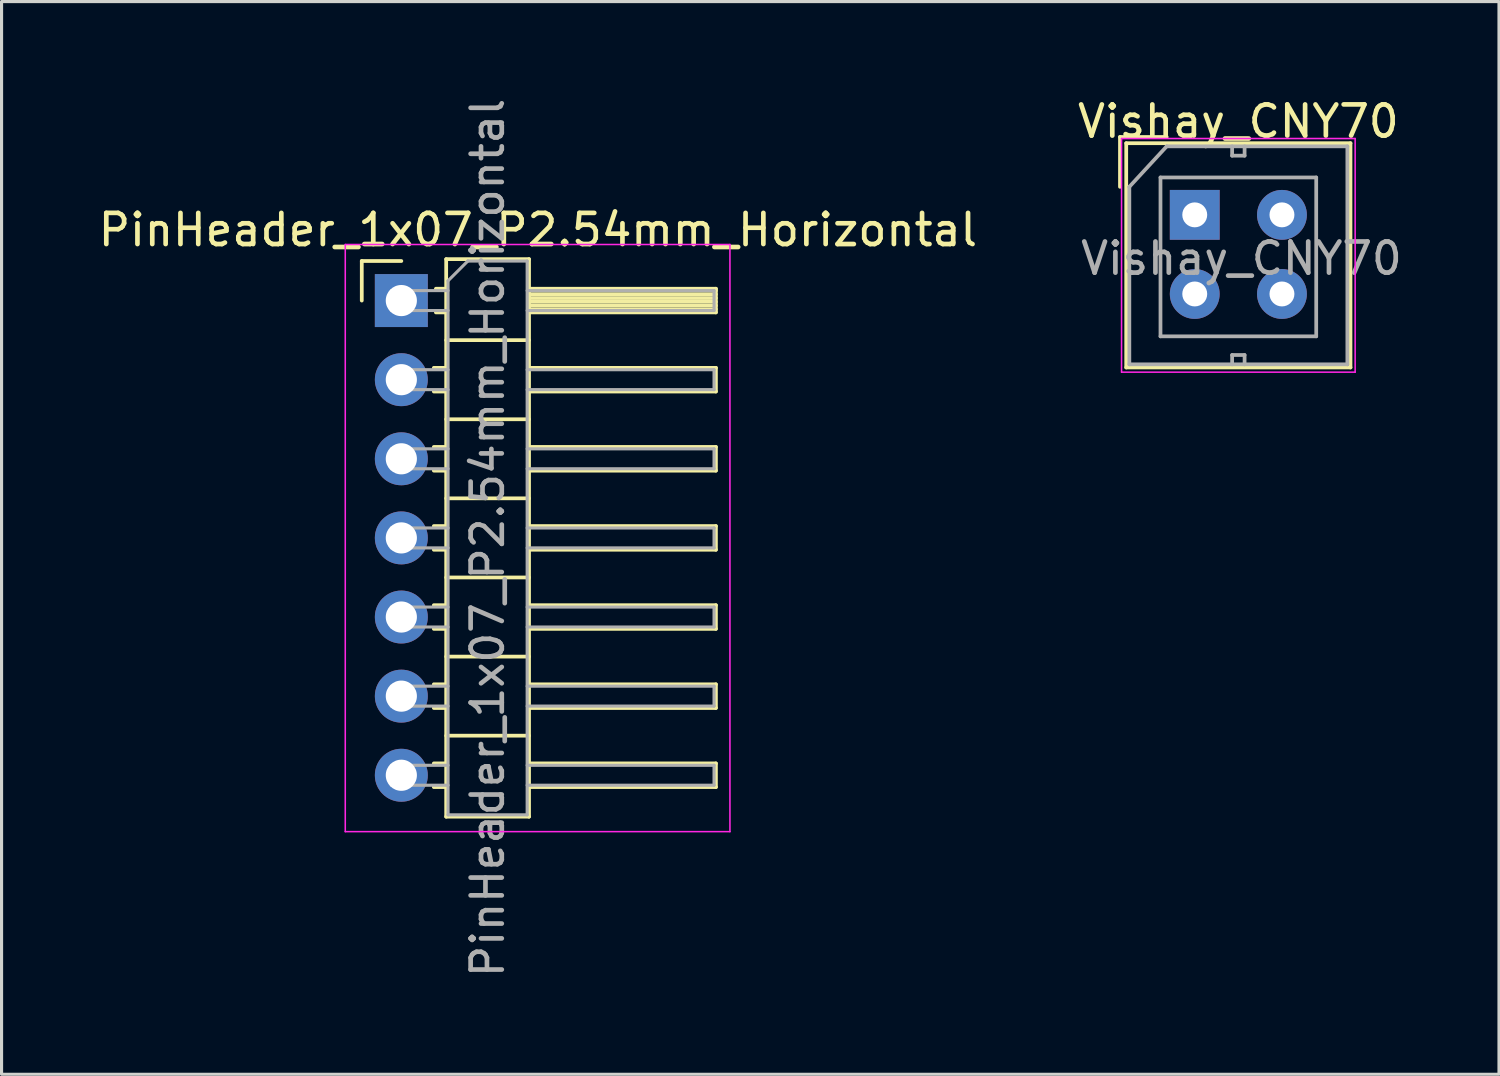
<source format=kicad_pcb>
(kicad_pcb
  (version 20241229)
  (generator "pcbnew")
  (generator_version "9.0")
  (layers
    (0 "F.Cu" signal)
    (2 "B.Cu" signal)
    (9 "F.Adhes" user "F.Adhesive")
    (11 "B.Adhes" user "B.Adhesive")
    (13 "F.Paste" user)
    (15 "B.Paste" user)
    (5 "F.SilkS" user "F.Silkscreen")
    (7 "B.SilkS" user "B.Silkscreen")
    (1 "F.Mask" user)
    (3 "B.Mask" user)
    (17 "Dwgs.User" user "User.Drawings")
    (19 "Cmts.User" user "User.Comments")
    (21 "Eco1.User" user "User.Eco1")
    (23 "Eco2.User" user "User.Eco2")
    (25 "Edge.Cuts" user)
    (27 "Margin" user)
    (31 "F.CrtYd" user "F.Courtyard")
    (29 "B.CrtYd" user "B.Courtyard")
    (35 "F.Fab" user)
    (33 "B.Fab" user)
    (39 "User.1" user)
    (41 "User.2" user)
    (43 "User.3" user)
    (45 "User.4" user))
  (footprint "Vishay_CNY70"
    (layer "F.Cu")
    (at 35.308 3.848)
    (property "Reference" "Vishay_CNY70" (at 1.4 -3 0) (layer "F.SilkS") (effects (font (size 1 1) (thickness 0.15))))
    (attr through_hole)
    (fp_line (start -2.4 -2.5) (end -0.9 -2.5) (stroke (width 0.12) (type solid)) (layer "F.SilkS"))
    (fp_line (start -2.4 -0.9) (end -2.4 -2.5) (stroke (width 0.12) (type solid)) (layer "F.SilkS"))
    (fp_line (start -2.2 -2.3) (end -2.2 4.9) (stroke (width 0.12) (type solid)) (layer "F.SilkS"))
    (fp_line (start -2.2 4.9) (end 5 4.9) (stroke (width 0.12) (type solid)) (layer "F.SilkS"))
    (fp_line (start 5 -2.3) (end -2.2 -2.3) (stroke (width 0.12) (type solid)) (layer "F.SilkS"))
    (fp_line (start 5 4.9) (end 5 -2.3) (stroke (width 0.12) (type solid)) (layer "F.SilkS"))
    (fp_line (start -2.35 -2.45) (end -2.35 5.05) (stroke (width 0.05) (type solid)) (layer "F.CrtYd"))
    (fp_line (start -2.35 -2.45) (end 5.15 -2.45) (stroke (width 0.05) (type solid)) (layer "F.CrtYd"))
    (fp_line (start 5.15 5.05) (end -2.35 5.05) (stroke (width 0.05) (type solid)) (layer "F.CrtYd"))
    (fp_line (start 5.15 5.05) (end 5.15 -2.45) (stroke (width 0.05) (type solid)) (layer "F.CrtYd"))
    (fp_line (start -2.1 -0.9) (end -0.9 -2.2) (stroke (width 0.12) (type solid)) (layer "F.Fab"))
    (fp_line (start -2.1 4.8) (end -2.1 -0.9) (stroke (width 0.12) (type solid)) (layer "F.Fab"))
    (fp_line (start -1.1 -1.2) (end -1.1 3.9) (stroke (width 0.12) (type solid)) (layer "F.Fab"))
    (fp_line (start -1.1 3.9) (end 3.9 3.9) (stroke (width 0.12) (type solid)) (layer "F.Fab"))
    (fp_line (start -0.9 -2.2) (end 4.9 -2.2) (stroke (width 0.12) (type solid)) (layer "F.Fab"))
    (fp_line (start 1.2 -2.2) (end 1.2 -1.9) (stroke (width 0.12) (type solid)) (layer "F.Fab"))
    (fp_line (start 1.2 -1.9) (end 1.6 -1.9) (stroke (width 0.12) (type solid)) (layer "F.Fab"))
    (fp_line (start 1.2 4.5) (end 1.2 4.8) (stroke (width 0.12) (type solid)) (layer "F.Fab"))
    (fp_line (start 1.6 -1.9) (end 1.6 -2.2) (stroke (width 0.12) (type solid)) (layer "F.Fab"))
    (fp_line (start 1.6 4.5) (end 1.2 4.5) (stroke (width 0.12) (type solid)) (layer "F.Fab"))
    (fp_line (start 1.6 4.8) (end 1.6 4.5) (stroke (width 0.12) (type solid)) (layer "F.Fab"))
    (fp_line (start 3.9 -1.2) (end -1.1 -1.2) (stroke (width 0.12) (type solid)) (layer "F.Fab"))
    (fp_line (start 3.9 3.9) (end 3.9 -1.2) (stroke (width 0.12) (type solid)) (layer "F.Fab"))
    (fp_line (start 4.9 -2.2) (end 4.9 4.8) (stroke (width 0.12) (type solid)) (layer "F.Fab"))
    (fp_line (start 4.9 4.8) (end -2.1 4.8) (stroke (width 0.12) (type solid)) (layer "F.Fab"))
    (fp_text user "${REFERENCE}" (at 1.5 1.4 0) (layer "F.Fab") (effects (font (size 1 1) (thickness 0.15))))
    (pad "1" thru_hole rect (at 0 0) (size 1.6 1.6) (drill 0.8) (layers "*.Cu" "*.Mask"))
    (pad "2" thru_hole circle (at 0 2.54) (size 1.6 1.6) (drill 0.8) (layers "*.Cu" "*.Mask"))
    (pad "3" thru_hole circle (at 2.8 2.54) (size 1.6 1.6) (drill 0.8) (layers "*.Cu" "*.Mask"))
    (pad "4" thru_hole circle (at 2.8 0) (size 1.6 1.6) (drill 0.8) (layers "*.Cu" "*.Mask")))
  (footprint "PinHeader_1x07_P2.54mm_Horizontal"
    (layer "F.Cu")
    (at 9.835 6.6)
    (property "Reference" "PinHeader_1x07_P2.54mm_Horizontal" (at 4.385 -2.27 0) (layer "F.SilkS") (effects (font (size 1 1) (thickness 0.15))))
    (attr through_hole)
    (fp_line (start -1.27 -1.27) (end 0 -1.27) (stroke (width 0.12) (type solid)) (layer "F.SilkS"))
    (fp_line (start -1.27 0) (end -1.27 -1.27) (stroke (width 0.12) (type solid)) (layer "F.SilkS"))
    (fp_line (start 1.043 2.16) (end 1.44 2.16) (stroke (width 0.12) (type solid)) (layer "F.SilkS"))
    (fp_line (start 1.043 2.92) (end 1.44 2.92) (stroke (width 0.12) (type solid)) (layer "F.SilkS"))
    (fp_line (start 1.043 4.7) (end 1.44 4.7) (stroke (width 0.12) (type solid)) (layer "F.SilkS"))
    (fp_line (start 1.043 5.46) (end 1.44 5.46) (stroke (width 0.12) (type solid)) (layer "F.SilkS"))
    (fp_line (start 1.043 7.24) (end 1.44 7.24) (stroke (width 0.12) (type solid)) (layer "F.SilkS"))
    (fp_line (start 1.043 8) (end 1.44 8) (stroke (width 0.12) (type solid)) (layer "F.SilkS"))
    (fp_line (start 1.043 9.78) (end 1.44 9.78) (stroke (width 0.12) (type solid)) (layer "F.SilkS"))
    (fp_line (start 1.043 10.54) (end 1.44 10.54) (stroke (width 0.12) (type solid)) (layer "F.SilkS"))
    (fp_line (start 1.043 12.32) (end 1.44 12.32) (stroke (width 0.12) (type solid)) (layer "F.SilkS"))
    (fp_line (start 1.043 13.08) (end 1.44 13.08) (stroke (width 0.12) (type solid)) (layer "F.SilkS"))
    (fp_line (start 1.043 14.86) (end 1.44 14.86) (stroke (width 0.12) (type solid)) (layer "F.SilkS"))
    (fp_line (start 1.043 15.62) (end 1.44 15.62) (stroke (width 0.12) (type solid)) (layer "F.SilkS"))
    (fp_line (start 1.11 -0.38) (end 1.44 -0.38) (stroke (width 0.12) (type solid)) (layer "F.SilkS"))
    (fp_line (start 1.11 0.38) (end 1.44 0.38) (stroke (width 0.12) (type solid)) (layer "F.SilkS"))
    (fp_line (start 1.44 -1.33) (end 1.44 16.57) (stroke (width 0.12) (type solid)) (layer "F.SilkS"))
    (fp_line (start 1.44 1.27) (end 4.1 1.27) (stroke (width 0.12) (type solid)) (layer "F.SilkS"))
    (fp_line (start 1.44 3.81) (end 4.1 3.81) (stroke (width 0.12) (type solid)) (layer "F.SilkS"))
    (fp_line (start 1.44 6.35) (end 4.1 6.35) (stroke (width 0.12) (type solid)) (layer "F.SilkS"))
    (fp_line (start 1.44 8.89) (end 4.1 8.89) (stroke (width 0.12) (type solid)) (layer "F.SilkS"))
    (fp_line (start 1.44 11.43) (end 4.1 11.43) (stroke (width 0.12) (type solid)) (layer "F.SilkS"))
    (fp_line (start 1.44 13.97) (end 4.1 13.97) (stroke (width 0.12) (type solid)) (layer "F.SilkS"))
    (fp_line (start 1.44 16.57) (end 4.1 16.57) (stroke (width 0.12) (type solid)) (layer "F.SilkS"))
    (fp_line (start 4.1 -1.33) (end 1.44 -1.33) (stroke (width 0.12) (type solid)) (layer "F.SilkS"))
    (fp_line (start 4.1 -0.38) (end 10.1 -0.38) (stroke (width 0.12) (type solid)) (layer "F.SilkS"))
    (fp_line (start 4.1 -0.32) (end 10.1 -0.32) (stroke (width 0.12) (type solid)) (layer "F.SilkS"))
    (fp_line (start 4.1 -0.2) (end 10.1 -0.2) (stroke (width 0.12) (type solid)) (layer "F.SilkS"))
    (fp_line (start 4.1 -0.08) (end 10.1 -0.08) (stroke (width 0.12) (type solid)) (layer "F.SilkS"))
    (fp_line (start 4.1 0.04) (end 10.1 0.04) (stroke (width 0.12) (type solid)) (layer "F.SilkS"))
    (fp_line (start 4.1 0.16) (end 10.1 0.16) (stroke (width 0.12) (type solid)) (layer "F.SilkS"))
    (fp_line (start 4.1 0.28) (end 10.1 0.28) (stroke (width 0.12) (type solid)) (layer "F.SilkS"))
    (fp_line (start 4.1 2.16) (end 10.1 2.16) (stroke (width 0.12) (type solid)) (layer "F.SilkS"))
    (fp_line (start 4.1 4.7) (end 10.1 4.7) (stroke (width 0.12) (type solid)) (layer "F.SilkS"))
    (fp_line (start 4.1 7.24) (end 10.1 7.24) (stroke (width 0.12) (type solid)) (layer "F.SilkS"))
    (fp_line (start 4.1 9.78) (end 10.1 9.78) (stroke (width 0.12) (type solid)) (layer "F.SilkS"))
    (fp_line (start 4.1 12.32) (end 10.1 12.32) (stroke (width 0.12) (type solid)) (layer "F.SilkS"))
    (fp_line (start 4.1 14.86) (end 10.1 14.86) (stroke (width 0.12) (type solid)) (layer "F.SilkS"))
    (fp_line (start 4.1 16.57) (end 4.1 -1.33) (stroke (width 0.12) (type solid)) (layer "F.SilkS"))
    (fp_line (start 10.1 -0.38) (end 10.1 0.38) (stroke (width 0.12) (type solid)) (layer "F.SilkS"))
    (fp_line (start 10.1 0.38) (end 4.1 0.38) (stroke (width 0.12) (type solid)) (layer "F.SilkS"))
    (fp_line (start 10.1 2.16) (end 10.1 2.92) (stroke (width 0.12) (type solid)) (layer "F.SilkS"))
    (fp_line (start 10.1 2.92) (end 4.1 2.92) (stroke (width 0.12) (type solid)) (layer "F.SilkS"))
    (fp_line (start 10.1 4.7) (end 10.1 5.46) (stroke (width 0.12) (type solid)) (layer "F.SilkS"))
    (fp_line (start 10.1 5.46) (end 4.1 5.46) (stroke (width 0.12) (type solid)) (layer "F.SilkS"))
    (fp_line (start 10.1 7.24) (end 10.1 8) (stroke (width 0.12) (type solid)) (layer "F.SilkS"))
    (fp_line (start 10.1 8) (end 4.1 8) (stroke (width 0.12) (type solid)) (layer "F.SilkS"))
    (fp_line (start 10.1 9.78) (end 10.1 10.54) (stroke (width 0.12) (type solid)) (layer "F.SilkS"))
    (fp_line (start 10.1 10.54) (end 4.1 10.54) (stroke (width 0.12) (type solid)) (layer "F.SilkS"))
    (fp_line (start 10.1 12.32) (end 10.1 13.08) (stroke (width 0.12) (type solid)) (layer "F.SilkS"))
    (fp_line (start 10.1 13.08) (end 4.1 13.08) (stroke (width 0.12) (type solid)) (layer "F.SilkS"))
    (fp_line (start 10.1 14.86) (end 10.1 15.62) (stroke (width 0.12) (type solid)) (layer "F.SilkS"))
    (fp_line (start 10.1 15.62) (end 4.1 15.62) (stroke (width 0.12) (type solid)) (layer "F.SilkS"))
    (fp_line (start -1.8 -1.8) (end -1.8 17.05) (stroke (width 0.05) (type solid)) (layer "F.CrtYd"))
    (fp_line (start -1.8 17.05) (end 10.55 17.05) (stroke (width 0.05) (type solid)) (layer "F.CrtYd"))
    (fp_line (start 10.55 -1.8) (end -1.8 -1.8) (stroke (width 0.05) (type solid)) (layer "F.CrtYd"))
    (fp_line (start 10.55 17.05) (end 10.55 -1.8) (stroke (width 0.05) (type solid)) (layer "F.CrtYd"))
    (fp_line (start -0.32 -0.32) (end -0.32 0.32) (stroke (width 0.1) (type solid)) (layer "F.Fab"))
    (fp_line (start -0.32 -0.32) (end 1.5 -0.32) (stroke (width 0.1) (type solid)) (layer "F.Fab"))
    (fp_line (start -0.32 0.32) (end 1.5 0.32) (stroke (width 0.1) (type solid)) (layer "F.Fab"))
    (fp_line (start -0.32 2.22) (end -0.32 2.86) (stroke (width 0.1) (type solid)) (layer "F.Fab"))
    (fp_line (start -0.32 2.22) (end 1.5 2.22) (stroke (width 0.1) (type solid)) (layer "F.Fab"))
    (fp_line (start -0.32 2.86) (end 1.5 2.86) (stroke (width 0.1) (type solid)) (layer "F.Fab"))
    (fp_line (start -0.32 4.76) (end -0.32 5.4) (stroke (width 0.1) (type solid)) (layer "F.Fab"))
    (fp_line (start -0.32 4.76) (end 1.5 4.76) (stroke (width 0.1) (type solid)) (layer "F.Fab"))
    (fp_line (start -0.32 5.4) (end 1.5 5.4) (stroke (width 0.1) (type solid)) (layer "F.Fab"))
    (fp_line (start -0.32 7.3) (end -0.32 7.94) (stroke (width 0.1) (type solid)) (layer "F.Fab"))
    (fp_line (start -0.32 7.3) (end 1.5 7.3) (stroke (width 0.1) (type solid)) (layer "F.Fab"))
    (fp_line (start -0.32 7.94) (end 1.5 7.94) (stroke (width 0.1) (type solid)) (layer "F.Fab"))
    (fp_line (start -0.32 9.84) (end -0.32 10.48) (stroke (width 0.1) (type solid)) (layer "F.Fab"))
    (fp_line (start -0.32 9.84) (end 1.5 9.84) (stroke (width 0.1) (type solid)) (layer "F.Fab"))
    (fp_line (start -0.32 10.48) (end 1.5 10.48) (stroke (width 0.1) (type solid)) (layer "F.Fab"))
    (fp_line (start -0.32 12.38) (end -0.32 13.02) (stroke (width 0.1) (type solid)) (layer "F.Fab"))
    (fp_line (start -0.32 12.38) (end 1.5 12.38) (stroke (width 0.1) (type solid)) (layer "F.Fab"))
    (fp_line (start -0.32 13.02) (end 1.5 13.02) (stroke (width 0.1) (type solid)) (layer "F.Fab"))
    (fp_line (start -0.32 14.92) (end -0.32 15.56) (stroke (width 0.1) (type solid)) (layer "F.Fab"))
    (fp_line (start -0.32 14.92) (end 1.5 14.92) (stroke (width 0.1) (type solid)) (layer "F.Fab"))
    (fp_line (start -0.32 15.56) (end 1.5 15.56) (stroke (width 0.1) (type solid)) (layer "F.Fab"))
    (fp_line (start 1.5 -0.635) (end 2.135 -1.27) (stroke (width 0.1) (type solid)) (layer "F.Fab"))
    (fp_line (start 1.5 16.51) (end 1.5 -0.635) (stroke (width 0.1) (type solid)) (layer "F.Fab"))
    (fp_line (start 2.135 -1.27) (end 4.04 -1.27) (stroke (width 0.1) (type solid)) (layer "F.Fab"))
    (fp_line (start 4.04 -1.27) (end 4.04 16.51) (stroke (width 0.1) (type solid)) (layer "F.Fab"))
    (fp_line (start 4.04 -0.32) (end 10.04 -0.32) (stroke (width 0.1) (type solid)) (layer "F.Fab"))
    (fp_line (start 4.04 0.32) (end 10.04 0.32) (stroke (width 0.1) (type solid)) (layer "F.Fab"))
    (fp_line (start 4.04 2.22) (end 10.04 2.22) (stroke (width 0.1) (type solid)) (layer "F.Fab"))
    (fp_line (start 4.04 2.86) (end 10.04 2.86) (stroke (width 0.1) (type solid)) (layer "F.Fab"))
    (fp_line (start 4.04 4.76) (end 10.04 4.76) (stroke (width 0.1) (type solid)) (layer "F.Fab"))
    (fp_line (start 4.04 5.4) (end 10.04 5.4) (stroke (width 0.1) (type solid)) (layer "F.Fab"))
    (fp_line (start 4.04 7.3) (end 10.04 7.3) (stroke (width 0.1) (type solid)) (layer "F.Fab"))
    (fp_line (start 4.04 7.94) (end 10.04 7.94) (stroke (width 0.1) (type solid)) (layer "F.Fab"))
    (fp_line (start 4.04 9.84) (end 10.04 9.84) (stroke (width 0.1) (type solid)) (layer "F.Fab"))
    (fp_line (start 4.04 10.48) (end 10.04 10.48) (stroke (width 0.1) (type solid)) (layer "F.Fab"))
    (fp_line (start 4.04 12.38) (end 10.04 12.38) (stroke (width 0.1) (type solid)) (layer "F.Fab"))
    (fp_line (start 4.04 13.02) (end 10.04 13.02) (stroke (width 0.1) (type solid)) (layer "F.Fab"))
    (fp_line (start 4.04 14.92) (end 10.04 14.92) (stroke (width 0.1) (type solid)) (layer "F.Fab"))
    (fp_line (start 4.04 15.56) (end 10.04 15.56) (stroke (width 0.1) (type solid)) (layer "F.Fab"))
    (fp_line (start 4.04 16.51) (end 1.5 16.51) (stroke (width 0.1) (type solid)) (layer "F.Fab"))
    (fp_line (start 10.04 -0.32) (end 10.04 0.32) (stroke (width 0.1) (type solid)) (layer "F.Fab"))
    (fp_line (start 10.04 2.22) (end 10.04 2.86) (stroke (width 0.1) (type solid)) (layer "F.Fab"))
    (fp_line (start 10.04 4.76) (end 10.04 5.4) (stroke (width 0.1) (type solid)) (layer "F.Fab"))
    (fp_line (start 10.04 7.3) (end 10.04 7.94) (stroke (width 0.1) (type solid)) (layer "F.Fab"))
    (fp_line (start 10.04 9.84) (end 10.04 10.48) (stroke (width 0.1) (type solid)) (layer "F.Fab"))
    (fp_line (start 10.04 12.38) (end 10.04 13.02) (stroke (width 0.1) (type solid)) (layer "F.Fab"))
    (fp_line (start 10.04 14.92) (end 10.04 15.56) (stroke (width 0.1) (type solid)) (layer "F.Fab"))
    (fp_text user "${REFERENCE}" (at 2.77 7.62 90) (layer "F.Fab") (effects (font (size 1 1) (thickness 0.15))))
    (pad "1" thru_hole rect (at 0 0) (size 1.7 1.7) (drill 1) (layers "*.Cu" "*.Mask"))
    (pad "2" thru_hole oval (at 0 2.54) (size 1.7 1.7) (drill 1) (layers "*.Cu" "*.Mask"))
    (pad "3" thru_hole oval (at 0 5.08) (size 1.7 1.7) (drill 1) (layers "*.Cu" "*.Mask"))
    (pad "4" thru_hole oval (at 0 7.62) (size 1.7 1.7) (drill 1) (layers "*.Cu" "*.Mask"))
    (pad "5" thru_hole oval (at 0 10.16) (size 1.7 1.7) (drill 1) (layers "*.Cu" "*.Mask"))
    (pad "6" thru_hole oval (at 0 12.7) (size 1.7 1.7) (drill 1) (layers "*.Cu" "*.Mask"))
    (pad "7" thru_hole oval (at 0 15.24) (size 1.7 1.7) (drill 1) (layers "*.Cu" "*.Mask")))
  (gr_rect
    (start -3 -3)
    (end 45.076 31.44)
    (stroke (width 0.1) (type default))
    (fill no)
    (layer "Edge.Cuts")))
</source>
